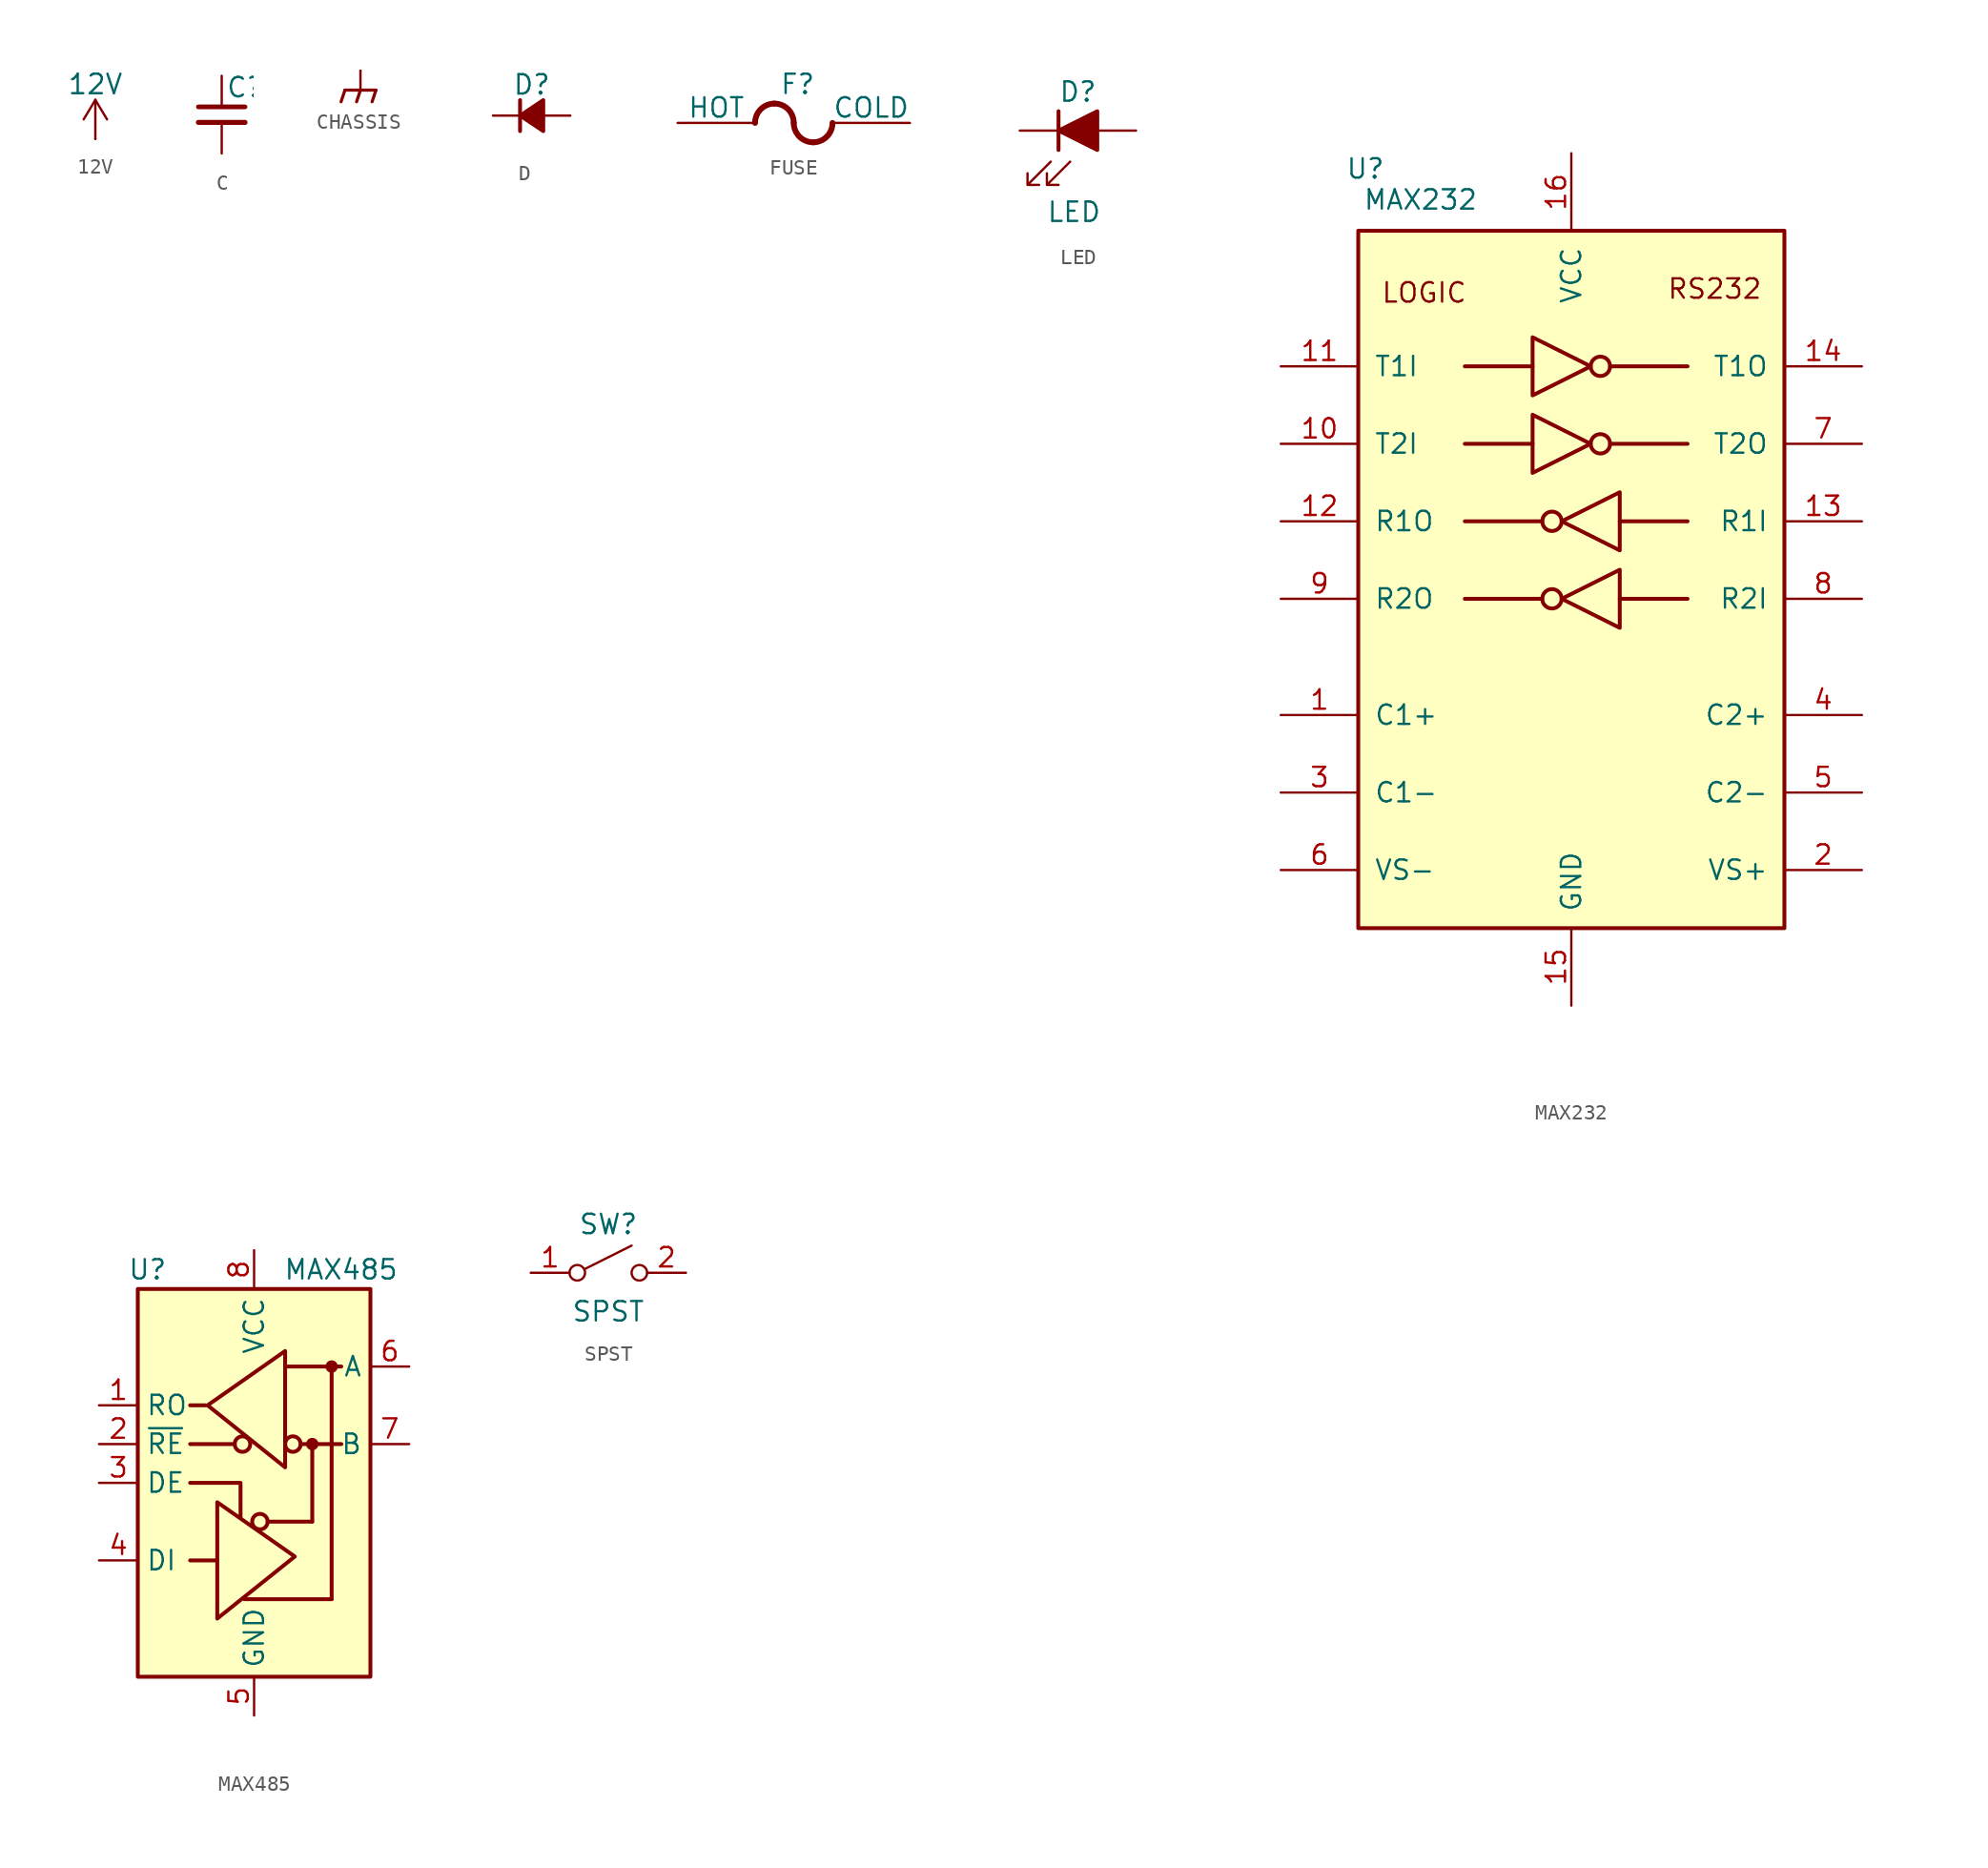
<source format=kicad_sym>
(kicad_symbol_lib
  (version 20241209)
  (generator "kicad_symbol_editor")
  (generator_version "9.0")
  (symbol "12V"
    (power)
    (pin_numbers
      (hide yes))
    (pin_names
      (offset 0)
      (hide yes))
    (property "Reference" "#PWR"
      (at 0 -3.81 0)
      (effects (font (size 1.27 1.27)) (hide yes)))
    (property "Value" "12V"
      (at 0 3.556 0)
      (effects (font (size 1.27 1.27))))
    (symbol "12V_0_1"
      (polyline (pts (xy -0.762 1.27) (xy 0 2.54)) (stroke (width 0) (type default)) (fill (type none)))
      (polyline (pts (xy 0 2.54) (xy 0.762 1.27)) (stroke (width 0) (type default)) (fill (type none)))
      (polyline (pts (xy 0 0) (xy 0 2.54)) (stroke (width 0) (type default)) (fill (type none))))
    (symbol "12V_1_1"
      (pin power_in line (at 0 0 90) (length 0) (name "~" (effects (font (size 1.27 1.27)))) (number "1" (effects (font (size 1.27 1.27)))))))
  (symbol "C"
    (pin_numbers
      (hide yes))
    (pin_names
      (offset 0.254)
      (hide yes))
    (property "Reference" "C"
      (at 0.254 1.778 0)
      (effects (font (size 1.27 1.27)) (justify left)))
    (property "Value" ""
      (at 0.254 -2.032 0)
      (effects (font (size 1.27 1.27)) (justify left)))
    (symbol "C_0_1"
      (polyline (pts (xy -1.524 0.508) (xy 1.524 0.508)) (stroke (width 0.305) (type default)) (fill (type none)))
      (polyline (pts (xy -1.524 -0.508) (xy 1.524 -0.508)) (stroke (width 0.33) (type default)) (fill (type none))))
    (symbol "C_1_1"
      (pin unspecified line (at 0 2.54 270) (length 2.032) (name "~" (effects (font (size 1.27 1.27)))) (number "1" (effects (font (size 1.27 1.27)))))
      (pin unspecified line (at 0 -2.54 90) (length 2.032) (name "~" (effects (font (size 1.27 1.27)))) (number "2" (effects (font (size 1.27 1.27)))))))
  (symbol "CHASSIS"
    (power)
    (pin_numbers
      (hide yes))
    (pin_names
      (offset 0)
      (hide yes))
    (property "Reference" "#PWR"
      (at 0 -5.08 0)
      (effects (font (size 1.27 1.27)) (hide yes)))
    (symbol "CHASSIS_0_1"
      (polyline (pts (xy -1.016 -1.27) (xy -1.27 -2.032) (xy -1.27 -2.032)) (stroke (width 0.203) (type default)) (fill (type none)))
      (polyline (pts (xy 0 -1.27) (xy 0 0)) (stroke (width 0) (type default)) (fill (type none)))
      (polyline (pts (xy 0 -1.27) (xy -0.254 -2.032) (xy -0.254 -2.032)) (stroke (width 0.203) (type default)) (fill (type none)))
      (polyline (pts (xy 1.016 -1.27) (xy -1.016 -1.27) (xy -1.016 -1.27)) (stroke (width 0.203) (type default)) (fill (type none)))
      (polyline (pts (xy 1.016 -1.27) (xy 0.762 -2.032) (xy 0.762 -2.032) (xy 0.762 -2.032)) (stroke (width 0.203) (type default)) (fill (type none))))
    (symbol "CHASSIS_1_1"
      (pin power_in line (at 0 0 270) (length 0) (name "~" (effects (font (size 1.27 1.27)))) (number "1" (effects (font (size 1.27 1.27)))))))
  (symbol "D"
    (pin_numbers
      (hide yes))
    (pin_names
      (offset 0.254)
      (hide yes))
    (property "Reference" "D"
      (at -1.27 2.032 0)
      (effects (font (size 1.27 1.27)) (justify left)))
    (property "Value" ""
      (at -3.81 -2.032 0)
      (effects (font (size 1.27 1.27)) (justify left)))
    (symbol "D_0_1"
      (polyline (pts (xy -0.762 0) (xy 0.762 0)) (stroke (width 0) (type default)) (fill (type none)))
      (polyline (pts (xy -0.762 -1.016) (xy -0.762 1.016)) (stroke (width 0.254) (type default)) (fill (type none)))
      (polyline (pts (xy 0.762 -1.016) (xy -0.762 0) (xy 0.762 1.016) (xy 0.762 -1.016)) (stroke (width 0.254) (type default)) (fill (type outline))))
    (symbol "D_1_1"
      (pin unspecified line (at -2.54 0 0) (length 1.778) (name "K" (effects (font (size 1.27 1.27)))) (number "1" (effects (font (size 1.27 1.27)))))
      (pin unspecified line (at 2.54 0 180) (length 1.778) (name "A" (effects (font (size 1.27 1.27)))) (number "2" (effects (font (size 1.27 1.27)))))))
  (symbol "FUSE"
    (pin_numbers
      (hide yes))
    (pin_names
      (offset 0))
    (property "Reference" "F"
      (at 0.254 2.54 0)
      (effects (font (size 1.27 1.27))))
    (property "Value" ""
      (at 0 0 0)
      (effects (font (size 1.27 1.27))))
    (symbol "FUSE_1_1"
      (arc (start -1.27 1.27) (mid -0.372 0.898) (end 0 0) (stroke (width 0.381) (type solid)) (fill (type none)))
      (arc (start -2.54 0) (mid -2.168 0.898) (end -1.27 1.27) (stroke (width 0.381) (type solid)) (fill (type none)))
      (arc (start 1.27 -1.27) (mid 0.372 -0.898) (end 0 0) (stroke (width 0.381) (type solid)) (fill (type none)))
      (arc (start 2.54 0) (mid 2.168 -0.898) (end 1.27 -1.27) (stroke (width 0.381) (type solid)) (fill (type none)))
      (pin unspecified line (at -7.62 0 0) (length 5.08) (name "HOT" (effects (font (size 1.27 1.27)))) (number "1" (effects (font (size 1.27 1.27)))))
      (pin unspecified line (at 7.62 0 180) (length 5.08) (name "COLD" (effects (font (size 1.27 1.27)))) (number "2" (effects (font (size 1.27 1.27)))))))
  (symbol "LED"
    (pin_numbers
      (hide yes))
    (pin_names
      (offset 1.016)
      (hide yes))
    (property "Reference" "D"
      (at 0 2.54 0)
      (effects (font (size 1.27 1.27))))
    (property "Value" "LED"
      (at -0.254 -5.334 0)
      (effects (font (size 1.27 1.27))))
    (symbol "LED_0_1"
      (polyline (pts (xy -1.778 -2.032) (xy -3.302 -3.556) (xy -2.54 -3.556) (xy -3.302 -3.556) (xy -3.302 -2.794)) (stroke (width 0) (type default)) (fill (type none)))
      (polyline (pts (xy -1.27 -1.27) (xy -1.27 1.27)) (stroke (width 0.254) (type default)) (fill (type none)))
      (polyline (pts (xy -0.508 -2.032) (xy -2.032 -3.556) (xy -1.27 -3.556) (xy -2.032 -3.556) (xy -2.032 -2.794)) (stroke (width 0) (type default)) (fill (type none)))
      (polyline (pts (xy 1.27 -1.27) (xy 1.27 1.27) (xy -1.27 0) (xy 1.27 -1.27)) (stroke (width 0.254) (type default)) (fill (type outline))))
    (symbol "LED_1_1"
      (pin passive line (at -3.81 0 0) (length 2.54) (name "K" (effects (font (size 1.27 1.27)))) (number "1" (effects (font (size 1.27 1.27)))))
      (pin passive line (at 3.81 0 180) (length 2.54) (name "A" (effects (font (size 1.27 1.27)))) (number "2" (effects (font (size 1.27 1.27)))))))
  (symbol "MAX232"
    (pin_names
      (offset 1.016))
    (property "Reference" "U"
      (at -12.192 29.464 0)
      (effects (font (size 1.27 1.27)) (justify right)))
    (property "Value" "MAX232"
      (at -6.096 27.432 0)
      (effects (font (size 1.27 1.27)) (justify right)))
    (symbol "MAX232_0_0"
      (text "LOGIC" (at -9.652 21.336 0) (effects (font (size 1.27 1.27))))
      (text "RS232" (at 9.398 21.59 0) (effects (font (size 1.27 1.27)))))
    (symbol "MAX232_0_1"
      (rectangle (start -13.97 25.4) (end 13.97 -20.32) (stroke (width 0.254) (type default)) (fill (type background)))
      (polyline (pts (xy -2.54 18.415) (xy -2.54 14.605) (xy 1.27 16.51) (xy -2.54 18.415)) (stroke (width 0.254) (type default)) (fill (type none)))
      (polyline (pts (xy -2.54 16.51) (xy -6.985 16.51)) (stroke (width 0.254) (type default)) (fill (type none)))
      (polyline (pts (xy -2.54 13.335) (xy -2.54 9.525) (xy 1.27 11.43) (xy -2.54 13.335)) (stroke (width 0.254) (type default)) (fill (type none)))
      (polyline (pts (xy -2.54 11.43) (xy -6.985 11.43)) (stroke (width 0.254) (type default)) (fill (type none)))
      (polyline (pts (xy -1.905 6.35) (xy -6.985 6.35)) (stroke (width 0.254) (type default)) (fill (type none)))
      (polyline (pts (xy -1.905 1.27) (xy -6.985 1.27)) (stroke (width 0.254) (type default)) (fill (type none)))
      (circle (center -1.27 6.35) (radius 0.635) (stroke (width 0.254) (type default)) (fill (type none)))
      (circle (center -1.27 1.27) (radius 0.635) (stroke (width 0.254) (type default)) (fill (type none)))
      (circle (center 1.905 16.51) (radius 0.635) (stroke (width 0.254) (type default)) (fill (type none)))
      (circle (center 1.905 11.43) (radius 0.635) (stroke (width 0.254) (type default)) (fill (type none)))
      (polyline (pts (xy 2.54 16.51) (xy 7.62 16.51)) (stroke (width 0.254) (type default)) (fill (type none)))
      (polyline (pts (xy 2.54 11.43) (xy 7.62 11.43)) (stroke (width 0.254) (type default)) (fill (type none)))
      (polyline (pts (xy 3.175 8.255) (xy 3.175 4.445) (xy -0.635 6.35) (xy 3.175 8.255)) (stroke (width 0.254) (type default)) (fill (type none)))
      (polyline (pts (xy 3.175 6.35) (xy 7.62 6.35)) (stroke (width 0.254) (type default)) (fill (type none)))
      (polyline (pts (xy 3.175 3.175) (xy 3.175 -0.635) (xy -0.635 1.27) (xy 3.175 3.175)) (stroke (width 0.254) (type default)) (fill (type none)))
      (polyline (pts (xy 3.175 1.27) (xy 7.62 1.27)) (stroke (width 0.254) (type default)) (fill (type none))))
    (symbol "MAX232_1_1"
      (pin unspecified line (at -19.05 16.51 0) (length 5.08) (name "T1I" (effects (font (size 1.27 1.27)))) (number "11" (effects (font (size 1.27 1.27)))))
      (pin unspecified line (at -19.05 11.43 0) (length 5.08) (name "T2I" (effects (font (size 1.27 1.27)))) (number "10" (effects (font (size 1.27 1.27)))))
      (pin unspecified line (at -19.05 6.35 0) (length 5.08) (name "R1O" (effects (font (size 1.27 1.27)))) (number "12" (effects (font (size 1.27 1.27)))))
      (pin unspecified line (at -19.05 1.27 0) (length 5.08) (name "R2O" (effects (font (size 1.27 1.27)))) (number "9" (effects (font (size 1.27 1.27)))))
      (pin unspecified line (at -19.05 -6.35 0) (length 5.08) (name "C1+" (effects (font (size 1.27 1.27)))) (number "1" (effects (font (size 1.27 1.27)))))
      (pin unspecified line (at -19.05 -11.43 0) (length 5.08) (name "C1-" (effects (font (size 1.27 1.27)))) (number "3" (effects (font (size 1.27 1.27)))))
      (pin unspecified line (at -19.05 -16.51 0) (length 5.08) (name "VS-" (effects (font (size 1.27 1.27)))) (number "6" (effects (font (size 1.27 1.27)))))
      (pin unspecified line (at 0 30.48 270) (length 5.08) (name "VCC" (effects (font (size 1.27 1.27)))) (number "16" (effects (font (size 1.27 1.27)))))
      (pin unspecified line (at 0 -25.4 90) (length 5.08) (name "GND" (effects (font (size 1.27 1.27)))) (number "15" (effects (font (size 1.27 1.27)))))
      (pin unspecified line (at 19.05 16.51 180) (length 5.08) (name "T1O" (effects (font (size 1.27 1.27)))) (number "14" (effects (font (size 1.27 1.27)))))
      (pin unspecified line (at 19.05 11.43 180) (length 5.08) (name "T2O" (effects (font (size 1.27 1.27)))) (number "7" (effects (font (size 1.27 1.27)))))
      (pin unspecified line (at 19.05 6.35 180) (length 5.08) (name "R1I" (effects (font (size 1.27 1.27)))) (number "13" (effects (font (size 1.27 1.27)))))
      (pin unspecified line (at 19.05 1.27 180) (length 5.08) (name "R2I" (effects (font (size 1.27 1.27)))) (number "8" (effects (font (size 1.27 1.27)))))
      (pin unspecified line (at 19.05 -6.35 180) (length 5.08) (name "C2+" (effects (font (size 1.27 1.27)))) (number "4" (effects (font (size 1.27 1.27)))))
      (pin unspecified line (at 19.05 -11.43 180) (length 5.08) (name "C2-" (effects (font (size 1.27 1.27)))) (number "5" (effects (font (size 1.27 1.27)))))
      (pin unspecified line (at 19.05 -16.51 180) (length 5.08) (name "VS+" (effects (font (size 1.27 1.27)))) (number "2" (effects (font (size 1.27 1.27)))))))
  (symbol "MAX485"
    (property "Reference" "U"
      (at -6.985 13.97 0)
      (effects (font (size 1.27 1.27))))
    (property "Value" "MAX485"
      (at 1.905 13.97 0)
      (effects (font (size 1.27 1.27)) (justify left)))
    (symbol "MAX485_0_1"
      (rectangle (start -7.62 12.7) (end 7.62 -12.7) (stroke (width 0.254) (type default)) (fill (type background)))
      (polyline (pts (xy -4.191 2.54) (xy -1.27 2.54)) (stroke (width 0.254) (type default)) (fill (type none)))
      (polyline (pts (xy -4.191 0) (xy -0.889 0) (xy -0.889 -2.286)) (stroke (width 0.254) (type default)) (fill (type none)))
      (polyline (pts (xy -3.175 5.08) (xy -4.191 5.08) (xy -4.064 5.08)) (stroke (width 0.254) (type default)) (fill (type none)))
      (polyline (pts (xy -2.54 -5.08) (xy -4.191 -5.08)) (stroke (width 0.254) (type default)) (fill (type none)))
      (polyline (pts (xy -2.413 -5.08) (xy -2.413 -1.27) (xy 2.667 -4.826) (xy -2.413 -8.89) (xy -2.413 -5.08)) (stroke (width 0.254) (type default)) (fill (type none)))
      (polyline (pts (xy -0.635 -7.62) (xy 5.08 -7.62)) (stroke (width 0.254) (type default)) (fill (type none)))
      (circle (center 0.381 -2.54) (radius 0.508) (stroke (width 0.254) (type default)) (fill (type none)))
      (polyline (pts (xy 0.889 -2.54) (xy 3.81 -2.54)) (stroke (width 0.254) (type default)) (fill (type none)))
      (polyline (pts (xy 2.032 7.62) (xy 5.715 7.62)) (stroke (width 0.254) (type default)) (fill (type none)))
      (polyline (pts (xy 3.048 2.54) (xy 5.715 2.54)) (stroke (width 0.254) (type default)) (fill (type none)))
      (circle (center 3.81 2.54) (radius 0.279) (stroke (width 0.254) (type default)) (fill (type outline)))
      (polyline (pts (xy 3.81 -2.54) (xy 3.81 2.54)) (stroke (width 0.254) (type default)) (fill (type none)))
      (polyline (pts (xy 5.08 -7.62) (xy 5.08 7.62)) (stroke (width 0.254) (type default)) (fill (type none))))
    (symbol "MAX485_1_1"
      (circle (center -0.762 2.54) (radius 0.508) (stroke (width 0.254) (type default)) (fill (type none)))
      (polyline (pts (xy 2.032 4.826) (xy 2.032 8.636) (xy -3.048 5.08) (xy 2.032 1.016) (xy 2.032 4.826)) (stroke (width 0.254) (type default)) (fill (type none)))
      (circle (center 2.54 2.54) (radius 0.508) (stroke (width 0.254) (type default)) (fill (type none)))
      (circle (center 5.08 7.62) (radius 0.279) (stroke (width 0.254) (type default)) (fill (type outline)))
      (pin unspecified line (at -10.16 5.08 0) (length 2.54) (name "RO" (effects (font (size 1.27 1.27)))) (number "1" (effects (font (size 1.27 1.27)))))
      (pin unspecified line (at -10.16 2.54 0) (length 2.54) (name "~{RE}" (effects (font (size 1.27 1.27)))) (number "2" (effects (font (size 1.27 1.27)))))
      (pin unspecified line (at -10.16 0 0) (length 2.54) (name "DE" (effects (font (size 1.27 1.27)))) (number "3" (effects (font (size 1.27 1.27)))))
      (pin unspecified line (at -10.16 -5.08 0) (length 2.54) (name "DI" (effects (font (size 1.27 1.27)))) (number "4" (effects (font (size 1.27 1.27)))))
      (pin unspecified line (at 0 15.24 270) (length 2.54) (name "VCC" (effects (font (size 1.27 1.27)))) (number "8" (effects (font (size 1.27 1.27)))))
      (pin unspecified line (at 0 -15.24 90) (length 2.54) (name "GND" (effects (font (size 1.27 1.27)))) (number "5" (effects (font (size 1.27 1.27)))))
      (pin unspecified line (at 10.16 7.62 180) (length 2.54) (name "A" (effects (font (size 1.27 1.27)))) (number "6" (effects (font (size 1.27 1.27)))))
      (pin unspecified line (at 10.16 2.54 180) (length 2.54) (name "B" (effects (font (size 1.27 1.27)))) (number "7" (effects (font (size 1.27 1.27)))))))
  (symbol "SPST"
    (pin_names
      (offset 0)
      (hide yes))
    (property "Reference" "SW"
      (at 0 3.175 0)
      (effects (font (size 1.27 1.27))))
    (property "Value" "SPST"
      (at 0 -2.54 0)
      (effects (font (size 1.27 1.27))))
    (symbol "SPST_0_0"
      (circle (center -2.032 0) (radius 0.508) (stroke (width 0) (type default)) (fill (type none)))
      (polyline (pts (xy -1.524 0.254) (xy 1.524 1.778)) (stroke (width 0) (type default)) (fill (type none)))
      (circle (center 2.032 0) (radius 0.508) (stroke (width 0) (type default)) (fill (type none))))
    (symbol "SPST_1_1"
      (pin unspecified line (at -5.08 0 0) (length 2.54) (name "A" (effects (font (size 1.27 1.27)))) (number "1" (effects (font (size 1.27 1.27)))))
      (pin unspecified line (at 5.08 0 180) (length 2.54) (name "B" (effects (font (size 1.27 1.27)))) (number "2" (effects (font (size 1.27 1.27))))))))
</source>
